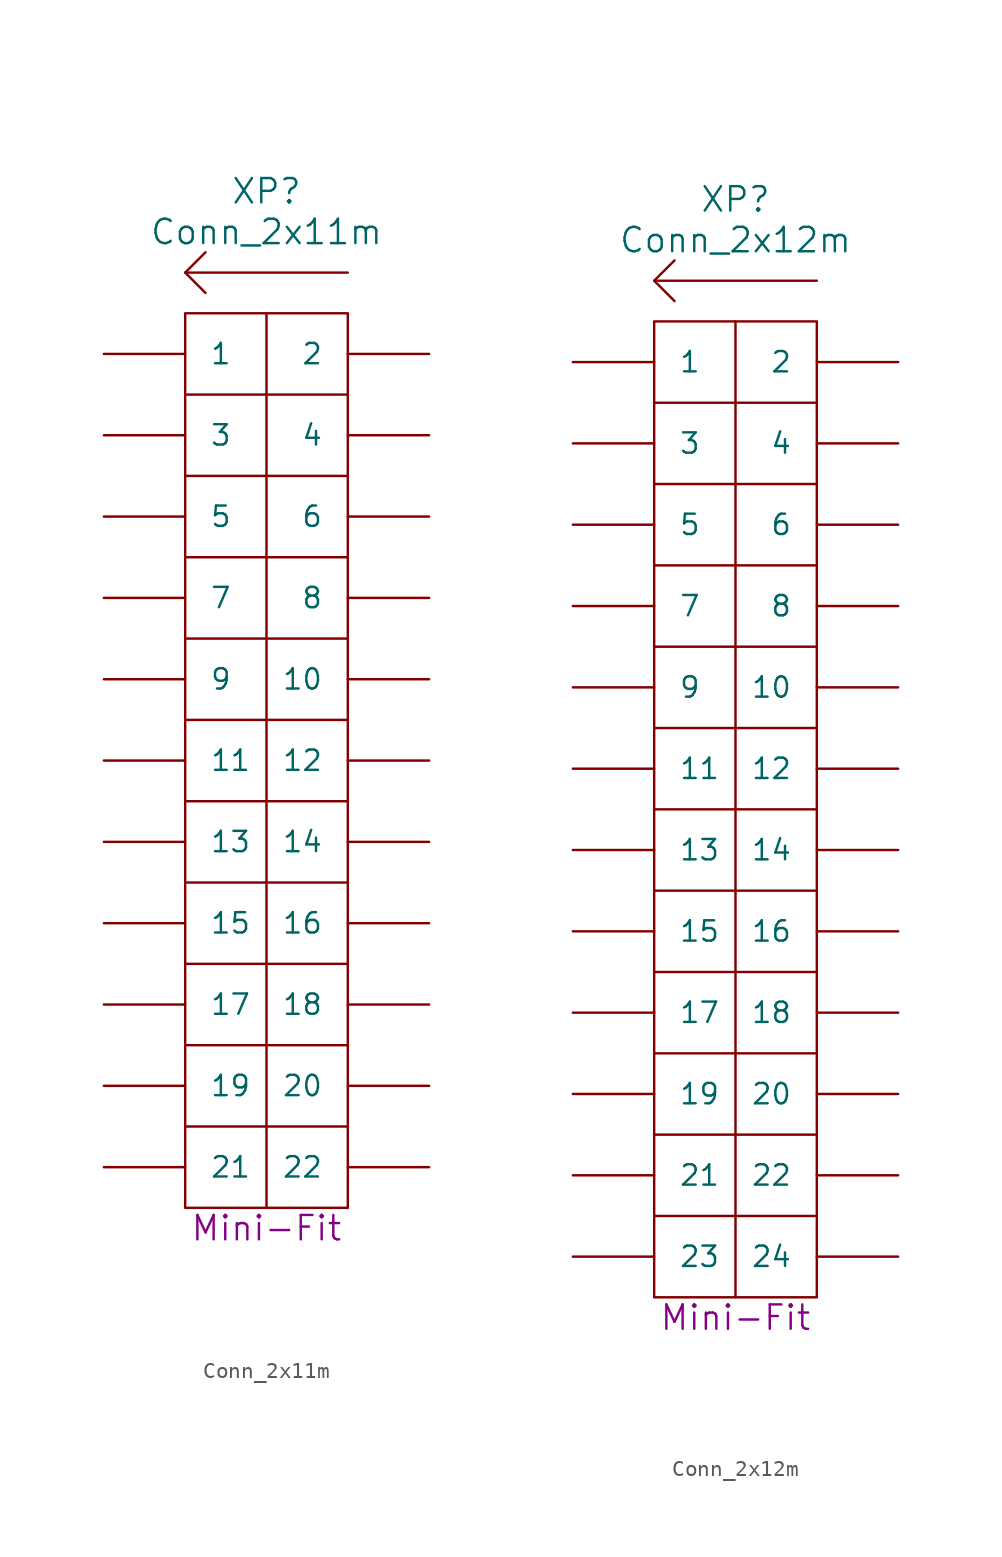
<source format=kicad_sym>
(kicad_symbol_lib
  (version 20220914)
  (generator kicad_symbol_editor)
  (symbol "Conn_2x11m"
    (pin_numbers hide)
    (pin_names
      (offset 1.524))
    (property "Reference" "XP"
      (at 0 35.56 0)
      (do_not_autoplace)
      (effects (font (size 1.524 1.524))))
    (property "Value" "Conn_2x11m"
      (at 0 33.02 0)
      (do_not_autoplace)
      (effects (font (size 1.524 1.524))))
    (property "Datasheet" ""
      (at 0 6.35 0)
      (effects (font (size 1.524 1.524))))
    (property "Type" "Mini-Fit"
      (at 0 -29.21 0)
      (do_not_autoplace)
      (effects (font (size 1.524 1.524))))
    (symbol "Conn_2x11m_0_0"
      (polyline (pts (xy 5.08 -22.86) (xy -5.08 -22.86)) (stroke (width 0) (type solid)) (fill (type none)))
      (polyline (pts (xy 5.08 -17.78) (xy -5.08 -17.78)) (stroke (width 0) (type solid)) (fill (type none)))
      (polyline (pts (xy 5.08 -12.7) (xy -5.08 -12.7)) (stroke (width 0) (type solid)) (fill (type none)))
      (polyline (pts (xy 5.08 -7.62) (xy -5.08 -7.62)) (stroke (width 0) (type solid)) (fill (type none)))
      (polyline (pts (xy 5.08 -2.54) (xy -5.08 -2.54)) (stroke (width 0) (type solid)) (fill (type none)))
      (polyline (pts (xy 5.08 2.54) (xy -5.08 2.54)) (stroke (width 0) (type solid)) (fill (type none)))
      (polyline (pts (xy 5.08 7.62) (xy -5.08 7.62)) (stroke (width 0) (type solid)) (fill (type none)))
      (polyline (pts (xy 5.08 12.7) (xy -5.08 12.7)) (stroke (width 0) (type solid)) (fill (type none)))
      (polyline (pts (xy 5.08 17.78) (xy -5.08 17.78)) (stroke (width 0) (type solid)) (fill (type none)))
      (polyline (pts (xy 5.08 22.86) (xy -5.08 22.86)) (stroke (width 0) (type solid)) (fill (type none)))
      (rectangle (start 5.08 27.94) (end -5.08 -27.94) (stroke (width 0) (type solid)) (fill (type none))))
    (symbol "Conn_2x11m_0_1"
      (polyline (pts (xy 0 27.94) (xy 0 -27.94)) (stroke (width 0) (type solid)) (fill (type none)))
      (polyline (pts (xy 5.08 30.48) (xy -5.08 30.48)) (stroke (width 0) (type solid)) (fill (type none)))
      (polyline (pts (xy -3.81 29.21) (xy -5.08 30.48) (xy -3.81 31.75)) (stroke (width 0) (type solid)) (fill (type none))))
    (symbol "Conn_2x11m_1_1"
      (pin passive line (at -10.16 25.4 0) (length 5.08) (name "1" (effects (font (size 1.27 1.27)))) (number "1" (effects (font (size 1.27 1.27)))))
      (pin passive line (at 10.16 5.08 180) (length 5.08) (name "10" (effects (font (size 1.27 1.27)))) (number "10" (effects (font (size 1.27 1.27)))))
      (pin passive line (at -10.16 0 0) (length 5.08) (name "11" (effects (font (size 1.27 1.27)))) (number "11" (effects (font (size 1.27 1.27)))))
      (pin passive line (at 10.16 0 180) (length 5.08) (name "12" (effects (font (size 1.27 1.27)))) (number "12" (effects (font (size 1.27 1.27)))))
      (pin passive line (at -10.16 -5.08 0) (length 5.08) (name "13" (effects (font (size 1.27 1.27)))) (number "13" (effects (font (size 1.27 1.27)))))
      (pin passive line (at 10.16 -5.08 180) (length 5.08) (name "14" (effects (font (size 1.27 1.27)))) (number "14" (effects (font (size 1.27 1.27)))))
      (pin passive line (at -10.16 -10.16 0) (length 5.08) (name "15" (effects (font (size 1.27 1.27)))) (number "15" (effects (font (size 1.27 1.27)))))
      (pin passive line (at 10.16 -10.16 180) (length 5.08) (name "16" (effects (font (size 1.27 1.27)))) (number "16" (effects (font (size 1.27 1.27)))))
      (pin passive line (at -10.16 -15.24 0) (length 5.08) (name "17" (effects (font (size 1.27 1.27)))) (number "17" (effects (font (size 1.27 1.27)))))
      (pin passive line (at 10.16 -15.24 180) (length 5.08) (name "18" (effects (font (size 1.27 1.27)))) (number "18" (effects (font (size 1.27 1.27)))))
      (pin passive line (at -10.16 -20.32 0) (length 5.08) (name "19" (effects (font (size 1.27 1.27)))) (number "19" (effects (font (size 1.27 1.27)))))
      (pin passive line (at 10.16 25.4 180) (length 5.08) (name "2" (effects (font (size 1.27 1.27)))) (number "2" (effects (font (size 1.27 1.27)))))
      (pin passive line (at 10.16 -20.32 180) (length 5.08) (name "20" (effects (font (size 1.27 1.27)))) (number "20" (effects (font (size 1.27 1.27)))))
      (pin passive line (at -10.16 -25.4 0) (length 5.08) (name "21" (effects (font (size 1.27 1.27)))) (number "21" (effects (font (size 1.27 1.27)))))
      (pin passive line (at 10.16 -25.4 180) (length 5.08) (name "22" (effects (font (size 1.27 1.27)))) (number "22" (effects (font (size 1.27 1.27)))))
      (pin passive line (at -10.16 20.32 0) (length 5.08) (name "3" (effects (font (size 1.27 1.27)))) (number "3" (effects (font (size 1.27 1.27)))))
      (pin passive line (at 10.16 20.32 180) (length 5.08) (name "4" (effects (font (size 1.27 1.27)))) (number "4" (effects (font (size 1.27 1.27)))))
      (pin passive line (at -10.16 15.24 0) (length 5.08) (name "5" (effects (font (size 1.27 1.27)))) (number "5" (effects (font (size 1.27 1.27)))))
      (pin passive line (at 10.16 15.24 180) (length 5.08) (name "6" (effects (font (size 1.27 1.27)))) (number "6" (effects (font (size 1.27 1.27)))))
      (pin passive line (at -10.16 10.16 0) (length 5.08) (name "7" (effects (font (size 1.27 1.27)))) (number "7" (effects (font (size 1.27 1.27)))))
      (pin passive line (at 10.16 10.16 180) (length 5.08) (name "8" (effects (font (size 1.27 1.27)))) (number "8" (effects (font (size 1.27 1.27)))))
      (pin passive line (at -10.16 5.08 0) (length 5.08) (name "9" (effects (font (size 1.27 1.27)))) (number "9" (effects (font (size 1.27 1.27)))))))
  (symbol "Conn_2x12m"
    (pin_numbers hide)
    (pin_names
      (offset 1.524))
    (property "Reference" "XP"
      (at 0 38.1 0)
      (do_not_autoplace)
      (effects (font (size 1.524 1.524))))
    (property "Value" "Conn_2x12m"
      (at 0 35.56 0)
      (do_not_autoplace)
      (effects (font (size 1.524 1.524))))
    (property "Datasheet" ""
      (at 0 8.89 0)
      (effects (font (size 1.524 1.524))))
    (property "Type" "Mini-Fit"
      (at 0 -31.75 0)
      (do_not_autoplace)
      (effects (font (size 1.524 1.524))))
    (symbol "Conn_2x12m_0_0"
      (polyline (pts (xy 5.08 -25.4) (xy -5.08 -25.4)) (stroke (width 0) (type solid)) (fill (type none)))
      (polyline (pts (xy 5.08 -20.32) (xy -5.08 -20.32)) (stroke (width 0) (type solid)) (fill (type none)))
      (polyline (pts (xy 5.08 -15.24) (xy -5.08 -15.24)) (stroke (width 0) (type solid)) (fill (type none)))
      (polyline (pts (xy 5.08 -10.16) (xy -5.08 -10.16)) (stroke (width 0) (type solid)) (fill (type none)))
      (polyline (pts (xy 5.08 -5.08) (xy -5.08 -5.08)) (stroke (width 0) (type solid)) (fill (type none)))
      (polyline (pts (xy 5.08 0) (xy -5.08 0)) (stroke (width 0) (type solid)) (fill (type none)))
      (polyline (pts (xy 5.08 5.08) (xy -5.08 5.08)) (stroke (width 0) (type solid)) (fill (type none)))
      (polyline (pts (xy 5.08 10.16) (xy -5.08 10.16)) (stroke (width 0) (type solid)) (fill (type none)))
      (polyline (pts (xy 5.08 15.24) (xy -5.08 15.24)) (stroke (width 0) (type solid)) (fill (type none)))
      (polyline (pts (xy 5.08 20.32) (xy -5.08 20.32)) (stroke (width 0) (type solid)) (fill (type none)))
      (polyline (pts (xy 5.08 25.4) (xy -5.08 25.4)) (stroke (width 0) (type solid)) (fill (type none)))
      (rectangle (start 5.08 30.48) (end -5.08 -30.48) (stroke (width 0) (type solid)) (fill (type none))))
    (symbol "Conn_2x12m_0_1"
      (polyline (pts (xy 0 30.48) (xy 0 -30.48)) (stroke (width 0) (type solid)) (fill (type none)))
      (polyline (pts (xy 5.08 33.02) (xy -5.08 33.02)) (stroke (width 0) (type solid)) (fill (type none)))
      (polyline (pts (xy -3.81 31.75) (xy -5.08 33.02) (xy -3.81 34.29)) (stroke (width 0) (type solid)) (fill (type none))))
    (symbol "Conn_2x12m_1_1"
      (pin passive line (at -10.16 27.94 0) (length 5.08) (name "1" (effects (font (size 1.27 1.27)))) (number "1" (effects (font (size 1.27 1.27)))))
      (pin passive line (at 10.16 7.62 180) (length 5.08) (name "10" (effects (font (size 1.27 1.27)))) (number "10" (effects (font (size 1.27 1.27)))))
      (pin passive line (at -10.16 2.54 0) (length 5.08) (name "11" (effects (font (size 1.27 1.27)))) (number "11" (effects (font (size 1.27 1.27)))))
      (pin passive line (at 10.16 2.54 180) (length 5.08) (name "12" (effects (font (size 1.27 1.27)))) (number "12" (effects (font (size 1.27 1.27)))))
      (pin passive line (at -10.16 -2.54 0) (length 5.08) (name "13" (effects (font (size 1.27 1.27)))) (number "13" (effects (font (size 1.27 1.27)))))
      (pin passive line (at 10.16 -2.54 180) (length 5.08) (name "14" (effects (font (size 1.27 1.27)))) (number "14" (effects (font (size 1.27 1.27)))))
      (pin passive line (at -10.16 -7.62 0) (length 5.08) (name "15" (effects (font (size 1.27 1.27)))) (number "15" (effects (font (size 1.27 1.27)))))
      (pin passive line (at 10.16 -7.62 180) (length 5.08) (name "16" (effects (font (size 1.27 1.27)))) (number "16" (effects (font (size 1.27 1.27)))))
      (pin passive line (at -10.16 -12.7 0) (length 5.08) (name "17" (effects (font (size 1.27 1.27)))) (number "17" (effects (font (size 1.27 1.27)))))
      (pin passive line (at 10.16 -12.7 180) (length 5.08) (name "18" (effects (font (size 1.27 1.27)))) (number "18" (effects (font (size 1.27 1.27)))))
      (pin passive line (at -10.16 -17.78 0) (length 5.08) (name "19" (effects (font (size 1.27 1.27)))) (number "19" (effects (font (size 1.27 1.27)))))
      (pin passive line (at 10.16 27.94 180) (length 5.08) (name "2" (effects (font (size 1.27 1.27)))) (number "2" (effects (font (size 1.27 1.27)))))
      (pin passive line (at 10.16 -17.78 180) (length 5.08) (name "20" (effects (font (size 1.27 1.27)))) (number "20" (effects (font (size 1.27 1.27)))))
      (pin passive line (at -10.16 -22.86 0) (length 5.08) (name "21" (effects (font (size 1.27 1.27)))) (number "21" (effects (font (size 1.27 1.27)))))
      (pin passive line (at 10.16 -22.86 180) (length 5.08) (name "22" (effects (font (size 1.27 1.27)))) (number "22" (effects (font (size 1.27 1.27)))))
      (pin passive line (at -10.16 -27.94 0) (length 5.08) (name "23" (effects (font (size 1.27 1.27)))) (number "23" (effects (font (size 1.27 1.27)))))
      (pin passive line (at 10.16 -27.94 180) (length 5.08) (name "24" (effects (font (size 1.27 1.27)))) (number "24" (effects (font (size 1.27 1.27)))))
      (pin passive line (at -10.16 22.86 0) (length 5.08) (name "3" (effects (font (size 1.27 1.27)))) (number "3" (effects (font (size 1.27 1.27)))))
      (pin passive line (at 10.16 22.86 180) (length 5.08) (name "4" (effects (font (size 1.27 1.27)))) (number "4" (effects (font (size 1.27 1.27)))))
      (pin passive line (at -10.16 17.78 0) (length 5.08) (name "5" (effects (font (size 1.27 1.27)))) (number "5" (effects (font (size 1.27 1.27)))))
      (pin passive line (at 10.16 17.78 180) (length 5.08) (name "6" (effects (font (size 1.27 1.27)))) (number "6" (effects (font (size 1.27 1.27)))))
      (pin passive line (at -10.16 12.7 0) (length 5.08) (name "7" (effects (font (size 1.27 1.27)))) (number "7" (effects (font (size 1.27 1.27)))))
      (pin passive line (at 10.16 12.7 180) (length 5.08) (name "8" (effects (font (size 1.27 1.27)))) (number "8" (effects (font (size 1.27 1.27)))))
      (pin passive line (at -10.16 7.62 0) (length 5.08) (name "9" (effects (font (size 1.27 1.27)))) (number "9" (effects (font (size 1.27 1.27))))))))
</source>
